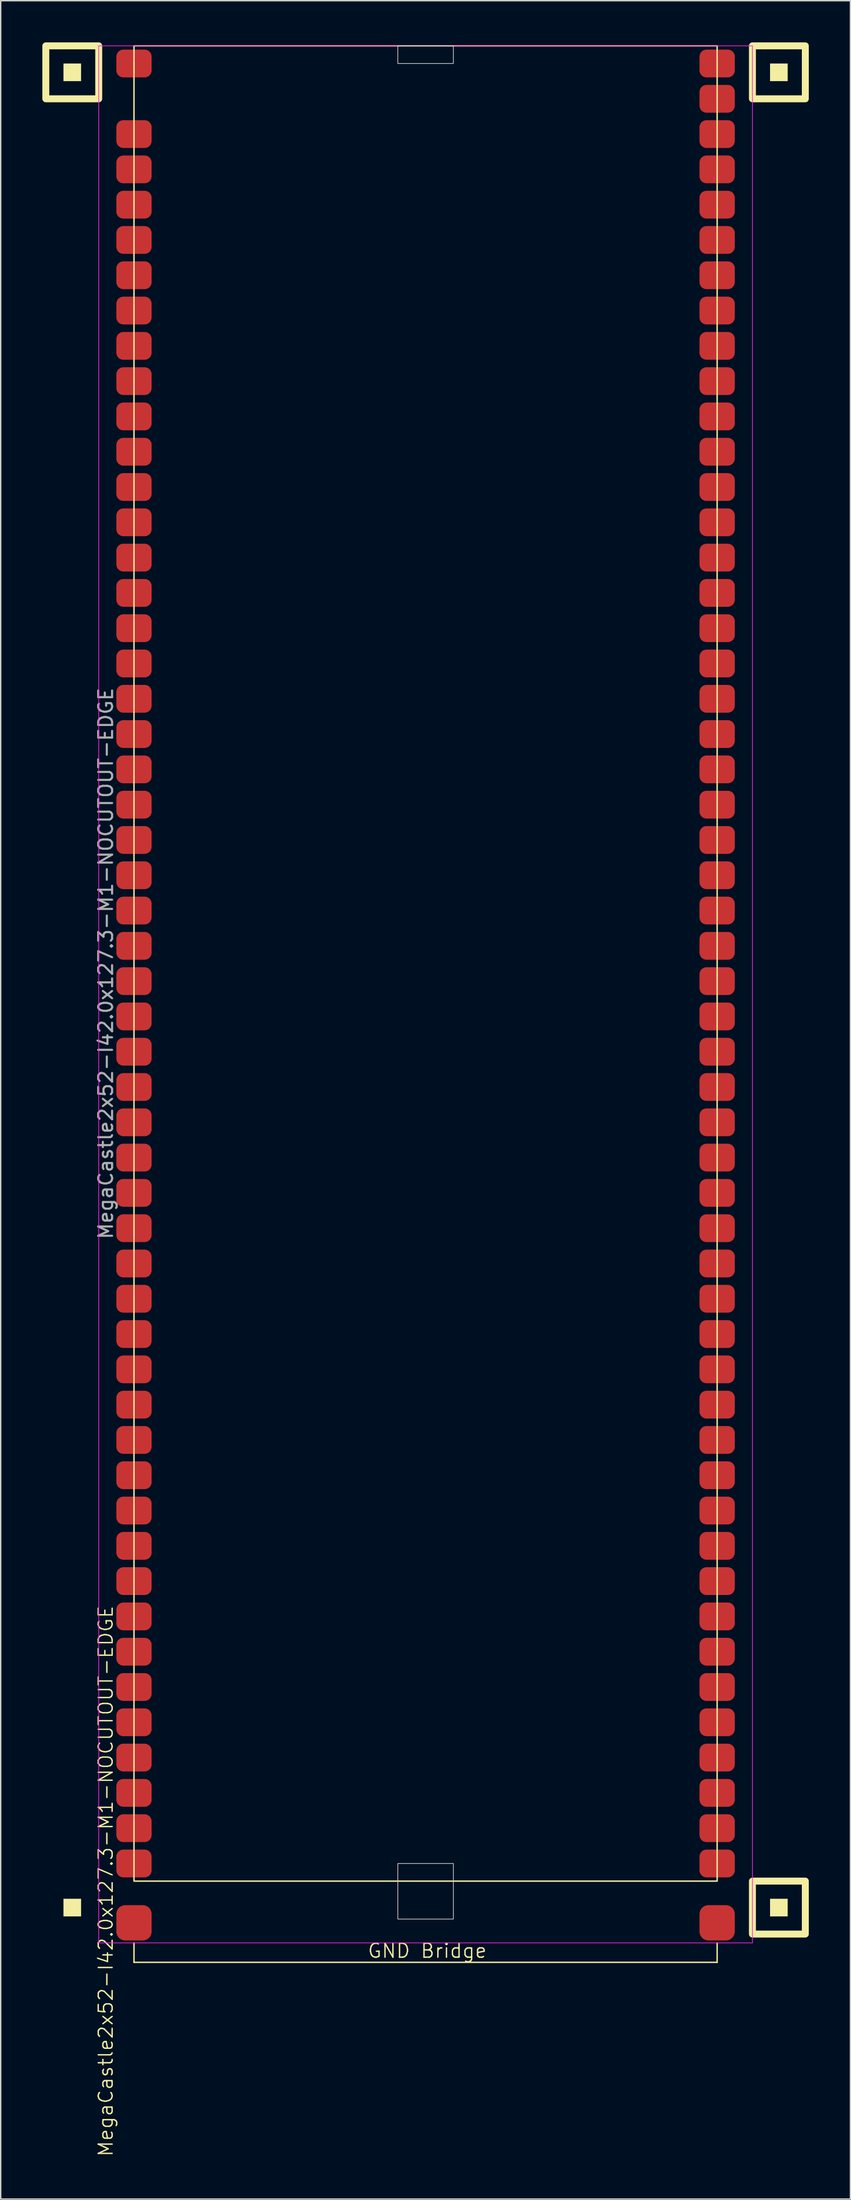
<source format=kicad_pcb>
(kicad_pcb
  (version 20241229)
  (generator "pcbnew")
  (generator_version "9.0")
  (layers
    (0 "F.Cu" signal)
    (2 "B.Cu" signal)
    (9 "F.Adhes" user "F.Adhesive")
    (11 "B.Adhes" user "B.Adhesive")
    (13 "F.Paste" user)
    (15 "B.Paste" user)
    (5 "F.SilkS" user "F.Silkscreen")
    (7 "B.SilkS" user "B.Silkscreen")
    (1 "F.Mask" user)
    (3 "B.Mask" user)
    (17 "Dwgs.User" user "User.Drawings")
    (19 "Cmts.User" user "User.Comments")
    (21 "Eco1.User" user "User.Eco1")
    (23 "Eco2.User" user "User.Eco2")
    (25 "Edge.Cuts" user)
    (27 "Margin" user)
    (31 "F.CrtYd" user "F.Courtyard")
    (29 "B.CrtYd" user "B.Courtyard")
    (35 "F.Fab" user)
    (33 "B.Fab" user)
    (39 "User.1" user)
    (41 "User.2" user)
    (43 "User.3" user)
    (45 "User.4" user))
  (footprint "MegaCastle2x52-I42.0x127.3-M1-NOCUTOUT-EDGE"
    (layer "F.Cu")
    (at 27.6 66.29)
    (property "Reference" "MegaCastle2x52-I42.0x127.3-M1-NOCUTOUT-EDGE" (at -23.032 66.04 90) (unlocked yes) (layer "F.SilkS") (effects (font (size 1 1) (thickness 0.1))))
    (attr smd)
    (fp_line (start -21 70.485) (end -21 71.885) (stroke (width 0.1) (type default)) (layer "F.SilkS"))
    (fp_line (start -21 71.885) (end 21 71.885) (stroke (width 0.1) (type default)) (layer "F.SilkS"))
    (fp_line (start 21 70.485) (end 21 71.885) (stroke (width 0.1) (type default)) (layer "F.SilkS"))
    (fp_rect (start -24.81 -63.5) (end -26.08 -64.77) (stroke (width 0) (type solid)) (fill yes) (layer "F.SilkS"))
    (fp_rect (start -24.81 68.58) (end -26.08 67.31) (stroke (width 0) (type solid)) (fill yes) (layer "F.SilkS"))
    (fp_rect (start -23.54 -62.23) (end -27.35 -66.04) (stroke (width 0.5) (type default)) (fill no) (layer "F.SilkS"))
    (fp_rect (start -21 -66.04) (end 21 66.04) (stroke (width 0.1) (type default)) (fill no) (layer "F.SilkS"))
    (fp_rect (start 26.08 -63.5) (end 24.81 -64.77) (stroke (width 0) (type solid)) (fill yes) (layer "F.SilkS"))
    (fp_rect (start 26.08 68.58) (end 24.81 67.31) (stroke (width 0) (type solid)) (fill yes) (layer "F.SilkS"))
    (fp_rect (start 27.35 -62.23) (end 23.54 -66.04) (stroke (width 0.5) (type default)) (fill no) (layer "F.SilkS"))
    (fp_rect (start 27.35 69.85) (end 23.54 66.04) (stroke (width 0.5) (type default)) (fill no) (layer "F.SilkS"))
    (fp_rect (start -2 -64.77) (end 2 -66.04) (stroke (width 0.05) (type default)) (fill no) (layer "Edge.Cuts"))
    (fp_rect (start -2 64.77) (end 2 68.77) (stroke (width 0.05) (type default)) (fill no) (layer "Edge.Cuts"))
    (fp_line (start -23.54 -66.04) (end -23.54 70.485) (stroke (width 0.05) (type default)) (layer "F.CrtYd"))
    (fp_line (start -23.54 70.485) (end 23.54 70.485) (stroke (width 0.05) (type default)) (layer "F.CrtYd"))
    (fp_line (start 23.54 -66.04) (end -23.54 -66.04) (stroke (width 0.05) (type default)) (layer "F.CrtYd"))
    (fp_line (start 23.54 -66.04) (end 23.54 70.485) (stroke (width 0.05) (type default)) (layer "F.CrtYd"))
    (fp_text user "GND Bridge" (at -4.226 71.64 0) (unlocked yes) (layer "F.SilkS") (effects (font (size 1 1) (thickness 0.1)) (justify left bottom)))
    (fp_text user "${REFERENCE}" (at -23.032 0 90) (unlocked yes) (layer "F.Fab") (effects (font (size 1 1) (thickness 0.15))))
    (pad "1" smd roundrect (at -21 -64.77) (size 2.54 2) (layers "F.Cu" "F.Mask" "F.Paste") (roundrect_rratio 0.25))
    (pad "3" smd roundrect (at -21 -59.69) (size 2.54 2) (layers "F.Cu" "F.Mask" "F.Paste") (roundrect_rratio 0.25))
    (pad "4" smd roundrect (at -21 -57.15) (size 2.54 2) (layers "F.Cu" "F.Mask" "F.Paste") (roundrect_rratio 0.25))
    (pad "5" smd roundrect (at -21 -54.61) (size 2.54 2) (layers "F.Cu" "F.Mask" "F.Paste") (roundrect_rratio 0.25))
    (pad "6" smd roundrect (at -21 -52.07) (size 2.54 2) (layers "F.Cu" "F.Mask" "F.Paste") (roundrect_rratio 0.25))
    (pad "7" smd roundrect (at -21 -49.53) (size 2.54 2) (layers "F.Cu" "F.Mask" "F.Paste") (roundrect_rratio 0.25))
    (pad "8" smd roundrect (at -21 -46.99) (size 2.54 2) (layers "F.Cu" "F.Mask" "F.Paste") (roundrect_rratio 0.25))
    (pad "9" smd roundrect (at -21 -44.45) (size 2.54 2) (layers "F.Cu" "F.Mask" "F.Paste") (roundrect_rratio 0.25))
    (pad "10" smd roundrect (at -21 -41.91) (size 2.54 2) (layers "F.Cu" "F.Mask" "F.Paste") (roundrect_rratio 0.25))
    (pad "11" smd roundrect (at -21 -39.37) (size 2.54 2) (layers "F.Cu" "F.Mask" "F.Paste") (roundrect_rratio 0.25))
    (pad "12" smd roundrect (at -21 -36.83) (size 2.54 2) (layers "F.Cu" "F.Mask" "F.Paste") (roundrect_rratio 0.25))
    (pad "13" smd roundrect (at -21 -34.29) (size 2.54 2) (layers "F.Cu" "F.Mask" "F.Paste") (roundrect_rratio 0.25))
    (pad "14" smd roundrect (at -21 -31.75) (size 2.54 2) (layers "F.Cu" "F.Mask" "F.Paste") (roundrect_rratio 0.25))
    (pad "15" smd roundrect (at -21 -29.21) (size 2.54 2) (layers "F.Cu" "F.Mask" "F.Paste") (roundrect_rratio 0.25))
    (pad "16" smd roundrect (at -21 -26.67) (size 2.54 2) (layers "F.Cu" "F.Mask" "F.Paste") (roundrect_rratio 0.25))
    (pad "17" smd roundrect (at -21 -24.13) (size 2.54 2) (layers "F.Cu" "F.Mask" "F.Paste") (roundrect_rratio 0.25))
    (pad "18" smd roundrect (at -21 -21.59) (size 2.54 2) (layers "F.Cu" "F.Mask" "F.Paste") (roundrect_rratio 0.25))
    (pad "19" smd roundrect (at -21 -19.05) (size 2.54 2) (layers "F.Cu" "F.Mask" "F.Paste") (roundrect_rratio 0.25))
    (pad "20" smd roundrect (at -21 -16.51) (size 2.54 2) (layers "F.Cu" "F.Mask" "F.Paste") (roundrect_rratio 0.25))
    (pad "21" smd roundrect (at -21 -13.97) (size 2.54 2) (layers "F.Cu" "F.Mask" "F.Paste") (roundrect_rratio 0.25))
    (pad "22" smd roundrect (at -21 -11.43) (size 2.54 2) (layers "F.Cu" "F.Mask" "F.Paste") (roundrect_rratio 0.25))
    (pad "23" smd roundrect (at -21 -8.89) (size 2.54 2) (layers "F.Cu" "F.Mask" "F.Paste") (roundrect_rratio 0.25))
    (pad "24" smd roundrect (at -21 -6.35) (size 2.54 2) (layers "F.Cu" "F.Mask" "F.Paste") (roundrect_rratio 0.25))
    (pad "25" smd roundrect (at -21 -3.81) (size 2.54 2) (layers "F.Cu" "F.Mask" "F.Paste") (roundrect_rratio 0.25))
    (pad "26" smd roundrect (at -21 -1.27) (size 2.54 2) (layers "F.Cu" "F.Mask" "F.Paste") (roundrect_rratio 0.25))
    (pad "27" smd roundrect (at -21 1.27) (size 2.54 2) (layers "F.Cu" "F.Mask" "F.Paste") (roundrect_rratio 0.25))
    (pad "28" smd roundrect (at -21 3.81) (size 2.54 2) (layers "F.Cu" "F.Mask" "F.Paste") (roundrect_rratio 0.25))
    (pad "29" smd roundrect (at -21 6.35) (size 2.54 2) (layers "F.Cu" "F.Mask" "F.Paste") (roundrect_rratio 0.25))
    (pad "30" smd roundrect (at -21 8.89) (size 2.54 2) (layers "F.Cu" "F.Mask" "F.Paste") (roundrect_rratio 0.25))
    (pad "31" smd roundrect (at -21 11.43) (size 2.54 2) (layers "F.Cu" "F.Mask" "F.Paste") (roundrect_rratio 0.25))
    (pad "32" smd roundrect (at -21 13.97) (size 2.54 2) (layers "F.Cu" "F.Mask" "F.Paste") (roundrect_rratio 0.25))
    (pad "33" smd roundrect (at -21 16.51) (size 2.54 2) (layers "F.Cu" "F.Mask" "F.Paste") (roundrect_rratio 0.25))
    (pad "34" smd roundrect (at -21 19.05) (size 2.54 2) (layers "F.Cu" "F.Mask" "F.Paste") (roundrect_rratio 0.25))
    (pad "35" smd roundrect (at -21 21.59) (size 2.54 2) (layers "F.Cu" "F.Mask" "F.Paste") (roundrect_rratio 0.25))
    (pad "36" smd roundrect (at -21 24.13) (size 2.54 2) (layers "F.Cu" "F.Mask" "F.Paste") (roundrect_rratio 0.25))
    (pad "37" smd roundrect (at -21 26.67) (size 2.54 2) (layers "F.Cu" "F.Mask" "F.Paste") (roundrect_rratio 0.25))
    (pad "38" smd roundrect (at -21 29.21) (size 2.54 2) (layers "F.Cu" "F.Mask" "F.Paste") (roundrect_rratio 0.25))
    (pad "39" smd roundrect (at -21 31.75) (size 2.54 2) (layers "F.Cu" "F.Mask" "F.Paste") (roundrect_rratio 0.25))
    (pad "40" smd roundrect (at -21 34.29) (size 2.54 2) (layers "F.Cu" "F.Mask" "F.Paste") (roundrect_rratio 0.25))
    (pad "41" smd roundrect (at -21 36.83) (size 2.54 2) (layers "F.Cu" "F.Mask" "F.Paste") (roundrect_rratio 0.25))
    (pad "42" smd roundrect (at -21 39.37) (size 2.54 2) (layers "F.Cu" "F.Mask" "F.Paste") (roundrect_rratio 0.25))
    (pad "43" smd roundrect (at -21 41.91) (size 2.54 2) (layers "F.Cu" "F.Mask" "F.Paste") (roundrect_rratio 0.25))
    (pad "44" smd roundrect (at -21 44.45) (size 2.54 2) (layers "F.Cu" "F.Mask" "F.Paste") (roundrect_rratio 0.25))
    (pad "45" smd roundrect (at -21 46.99) (size 2.54 2) (layers "F.Cu" "F.Mask" "F.Paste") (roundrect_rratio 0.25))
    (pad "46" smd roundrect (at -21 49.53) (size 2.54 2) (layers "F.Cu" "F.Mask" "F.Paste") (roundrect_rratio 0.25))
    (pad "47" smd roundrect (at -21 52.07) (size 2.54 2) (layers "F.Cu" "F.Mask" "F.Paste") (roundrect_rratio 0.25))
    (pad "48" smd roundrect (at -21 54.61) (size 2.54 2) (layers "F.Cu" "F.Mask" "F.Paste") (roundrect_rratio 0.25))
    (pad "49" smd roundrect (at -21 57.15) (size 2.54 2) (layers "F.Cu" "F.Mask" "F.Paste") (roundrect_rratio 0.25))
    (pad "50" smd roundrect (at -21 59.69) (size 2.54 2) (layers "F.Cu" "F.Mask" "F.Paste") (roundrect_rratio 0.25))
    (pad "51" smd roundrect (at -21 62.23) (size 2.54 2) (layers "F.Cu" "F.Mask" "F.Paste") (roundrect_rratio 0.25))
    (pad "52" smd roundrect (at -21 64.77) (size 2.54 2) (layers "F.Cu" "F.Mask" "F.Paste") (roundrect_rratio 0.25))
    (pad "53" smd roundrect (at 21 -64.77) (size 2.54 2) (layers "F.Cu" "F.Mask" "F.Paste") (roundrect_rratio 0.25))
    (pad "54" smd roundrect (at 21 -62.23) (size 2.54 2) (layers "F.Cu" "F.Mask" "F.Paste") (roundrect_rratio 0.25))
    (pad "55" smd roundrect (at 21 -59.69) (size 2.54 2) (layers "F.Cu" "F.Mask" "F.Paste") (roundrect_rratio 0.25))
    (pad "56" smd roundrect (at 21 -57.15) (size 2.54 2) (layers "F.Cu" "F.Mask" "F.Paste") (roundrect_rratio 0.25))
    (pad "57" smd roundrect (at 21 -54.61) (size 2.54 2) (layers "F.Cu" "F.Mask" "F.Paste") (roundrect_rratio 0.25))
    (pad "58" smd roundrect (at 21 -52.07) (size 2.54 2) (layers "F.Cu" "F.Mask" "F.Paste") (roundrect_rratio 0.25))
    (pad "59" smd roundrect (at 21 -49.53) (size 2.54 2) (layers "F.Cu" "F.Mask" "F.Paste") (roundrect_rratio 0.25))
    (pad "60" smd roundrect (at 21 -46.99) (size 2.54 2) (layers "F.Cu" "F.Mask" "F.Paste") (roundrect_rratio 0.25))
    (pad "61" smd roundrect (at 21 -44.45) (size 2.54 2) (layers "F.Cu" "F.Mask" "F.Paste") (roundrect_rratio 0.25))
    (pad "62" smd roundrect (at 21 -41.91) (size 2.54 2) (layers "F.Cu" "F.Mask" "F.Paste") (roundrect_rratio 0.25))
    (pad "63" smd roundrect (at 21 -39.37) (size 2.54 2) (layers "F.Cu" "F.Mask" "F.Paste") (roundrect_rratio 0.25))
    (pad "64" smd roundrect (at 21 -36.83) (size 2.54 2) (layers "F.Cu" "F.Mask" "F.Paste") (roundrect_rratio 0.25))
    (pad "65" smd roundrect (at 21 -34.29) (size 2.54 2) (layers "F.Cu" "F.Mask" "F.Paste") (roundrect_rratio 0.25))
    (pad "66" smd roundrect (at 21 -31.75) (size 2.54 2) (layers "F.Cu" "F.Mask" "F.Paste") (roundrect_rratio 0.25))
    (pad "67" smd roundrect (at 21 -29.21) (size 2.54 2) (layers "F.Cu" "F.Mask" "F.Paste") (roundrect_rratio 0.25))
    (pad "68" smd roundrect (at 21 -26.67) (size 2.54 2) (layers "F.Cu" "F.Mask" "F.Paste") (roundrect_rratio 0.25))
    (pad "69" smd roundrect (at 21 -24.13) (size 2.54 2) (layers "F.Cu" "F.Mask" "F.Paste") (roundrect_rratio 0.25))
    (pad "70" smd roundrect (at 21 -21.59) (size 2.54 2) (layers "F.Cu" "F.Mask" "F.Paste") (roundrect_rratio 0.25))
    (pad "71" smd roundrect (at 21 -19.05) (size 2.54 2) (layers "F.Cu" "F.Mask" "F.Paste") (roundrect_rratio 0.25))
    (pad "72" smd roundrect (at 21 -16.51) (size 2.54 2) (layers "F.Cu" "F.Mask" "F.Paste") (roundrect_rratio 0.25))
    (pad "73" smd roundrect (at 21 -13.97) (size 2.54 2) (layers "F.Cu" "F.Mask" "F.Paste") (roundrect_rratio 0.25))
    (pad "74" smd roundrect (at 21 -11.43) (size 2.54 2) (layers "F.Cu" "F.Mask" "F.Paste") (roundrect_rratio 0.25))
    (pad "75" smd roundrect (at 21 -8.89) (size 2.54 2) (layers "F.Cu" "F.Mask" "F.Paste") (roundrect_rratio 0.25))
    (pad "76" smd roundrect (at 21 -6.35) (size 2.54 2) (layers "F.Cu" "F.Mask" "F.Paste") (roundrect_rratio 0.25))
    (pad "77" smd roundrect (at 21 -3.81) (size 2.54 2) (layers "F.Cu" "F.Mask" "F.Paste") (roundrect_rratio 0.25))
    (pad "78" smd roundrect (at 21 -1.27) (size 2.54 2) (layers "F.Cu" "F.Mask" "F.Paste") (roundrect_rratio 0.25))
    (pad "79" smd roundrect (at 21 1.27) (size 2.54 2) (layers "F.Cu" "F.Mask" "F.Paste") (roundrect_rratio 0.25))
    (pad "80" smd roundrect (at 21 3.81) (size 2.54 2) (layers "F.Cu" "F.Mask" "F.Paste") (roundrect_rratio 0.25))
    (pad "81" smd roundrect (at 21 6.35) (size 2.54 2) (layers "F.Cu" "F.Mask" "F.Paste") (roundrect_rratio 0.25))
    (pad "82" smd roundrect (at 21 8.89) (size 2.54 2) (layers "F.Cu" "F.Mask" "F.Paste") (roundrect_rratio 0.25))
    (pad "83" smd roundrect (at 21 11.43) (size 2.54 2) (layers "F.Cu" "F.Mask" "F.Paste") (roundrect_rratio 0.25))
    (pad "84" smd roundrect (at 21 13.97) (size 2.54 2) (layers "F.Cu" "F.Mask" "F.Paste") (roundrect_rratio 0.25))
    (pad "85" smd roundrect (at 21 16.51) (size 2.54 2) (layers "F.Cu" "F.Mask" "F.Paste") (roundrect_rratio 0.25))
    (pad "86" smd roundrect (at 21 19.05) (size 2.54 2) (layers "F.Cu" "F.Mask" "F.Paste") (roundrect_rratio 0.25))
    (pad "87" smd roundrect (at 21 21.59) (size 2.54 2) (layers "F.Cu" "F.Mask" "F.Paste") (roundrect_rratio 0.25))
    (pad "88" smd roundrect (at 21 24.13) (size 2.54 2) (layers "F.Cu" "F.Mask" "F.Paste") (roundrect_rratio 0.25))
    (pad "89" smd roundrect (at 21 26.67) (size 2.54 2) (layers "F.Cu" "F.Mask" "F.Paste") (roundrect_rratio 0.25))
    (pad "90" smd roundrect (at 21 29.21) (size 2.54 2) (layers "F.Cu" "F.Mask" "F.Paste") (roundrect_rratio 0.25))
    (pad "91" smd roundrect (at 21 31.75) (size 2.54 2) (layers "F.Cu" "F.Mask" "F.Paste") (roundrect_rratio 0.25))
    (pad "92" smd roundrect (at 21 34.29) (size 2.54 2) (layers "F.Cu" "F.Mask" "F.Paste") (roundrect_rratio 0.25))
    (pad "93" smd roundrect (at 21 36.83) (size 2.54 2) (layers "F.Cu" "F.Mask" "F.Paste") (roundrect_rratio 0.25))
    (pad "94" smd roundrect (at 21 39.37) (size 2.54 2) (layers "F.Cu" "F.Mask" "F.Paste") (roundrect_rratio 0.25))
    (pad "95" smd roundrect (at 21 41.91) (size 2.54 2) (layers "F.Cu" "F.Mask" "F.Paste") (roundrect_rratio 0.25))
    (pad "96" smd roundrect (at 21 44.45) (size 2.54 2) (layers "F.Cu" "F.Mask" "F.Paste") (roundrect_rratio 0.25))
    (pad "97" smd roundrect (at 21 46.99) (size 2.54 2) (layers "F.Cu" "F.Mask" "F.Paste") (roundrect_rratio 0.25))
    (pad "98" smd roundrect (at 21 49.53) (size 2.54 2) (layers "F.Cu" "F.Mask" "F.Paste") (roundrect_rratio 0.25))
    (pad "99" smd roundrect (at 21 52.07) (size 2.54 2) (layers "F.Cu" "F.Mask" "F.Paste") (roundrect_rratio 0.25))
    (pad "100" smd roundrect (at 21 54.61) (size 2.54 2) (layers "F.Cu" "F.Mask" "F.Paste") (roundrect_rratio 0.25))
    (pad "101" smd roundrect (at 21 57.15) (size 2.54 2) (layers "F.Cu" "F.Mask" "F.Paste") (roundrect_rratio 0.25))
    (pad "102" smd roundrect (at 21 59.69) (size 2.54 2) (layers "F.Cu" "F.Mask" "F.Paste") (roundrect_rratio 0.25))
    (pad "103" smd roundrect (at 21 62.23) (size 2.54 2) (layers "F.Cu" "F.Mask" "F.Paste") (roundrect_rratio 0.25))
    (pad "104" smd roundrect (at 21 64.77) (size 2.54 2) (layers "F.Cu" "F.Mask" "F.Paste") (roundrect_rratio 0.25))
    (pad "B1" smd roundrect (at -21 69.04) (size 2.54 2.54) (layers "F.Cu" "F.Mask" "F.Paste") (roundrect_rratio 0.25))
    (pad "B2" smd roundrect (at 21 69.04) (size 2.54 2.54) (layers "F.Cu" "F.Mask" "F.Paste") (roundrect_rratio 0.25)))
  (gr_rect
    (start -3 -3)
    (end 58.2 155.213)
    (stroke (width 0.1) (type default))
    (fill no)
    (layer "Edge.Cuts")))
</source>
